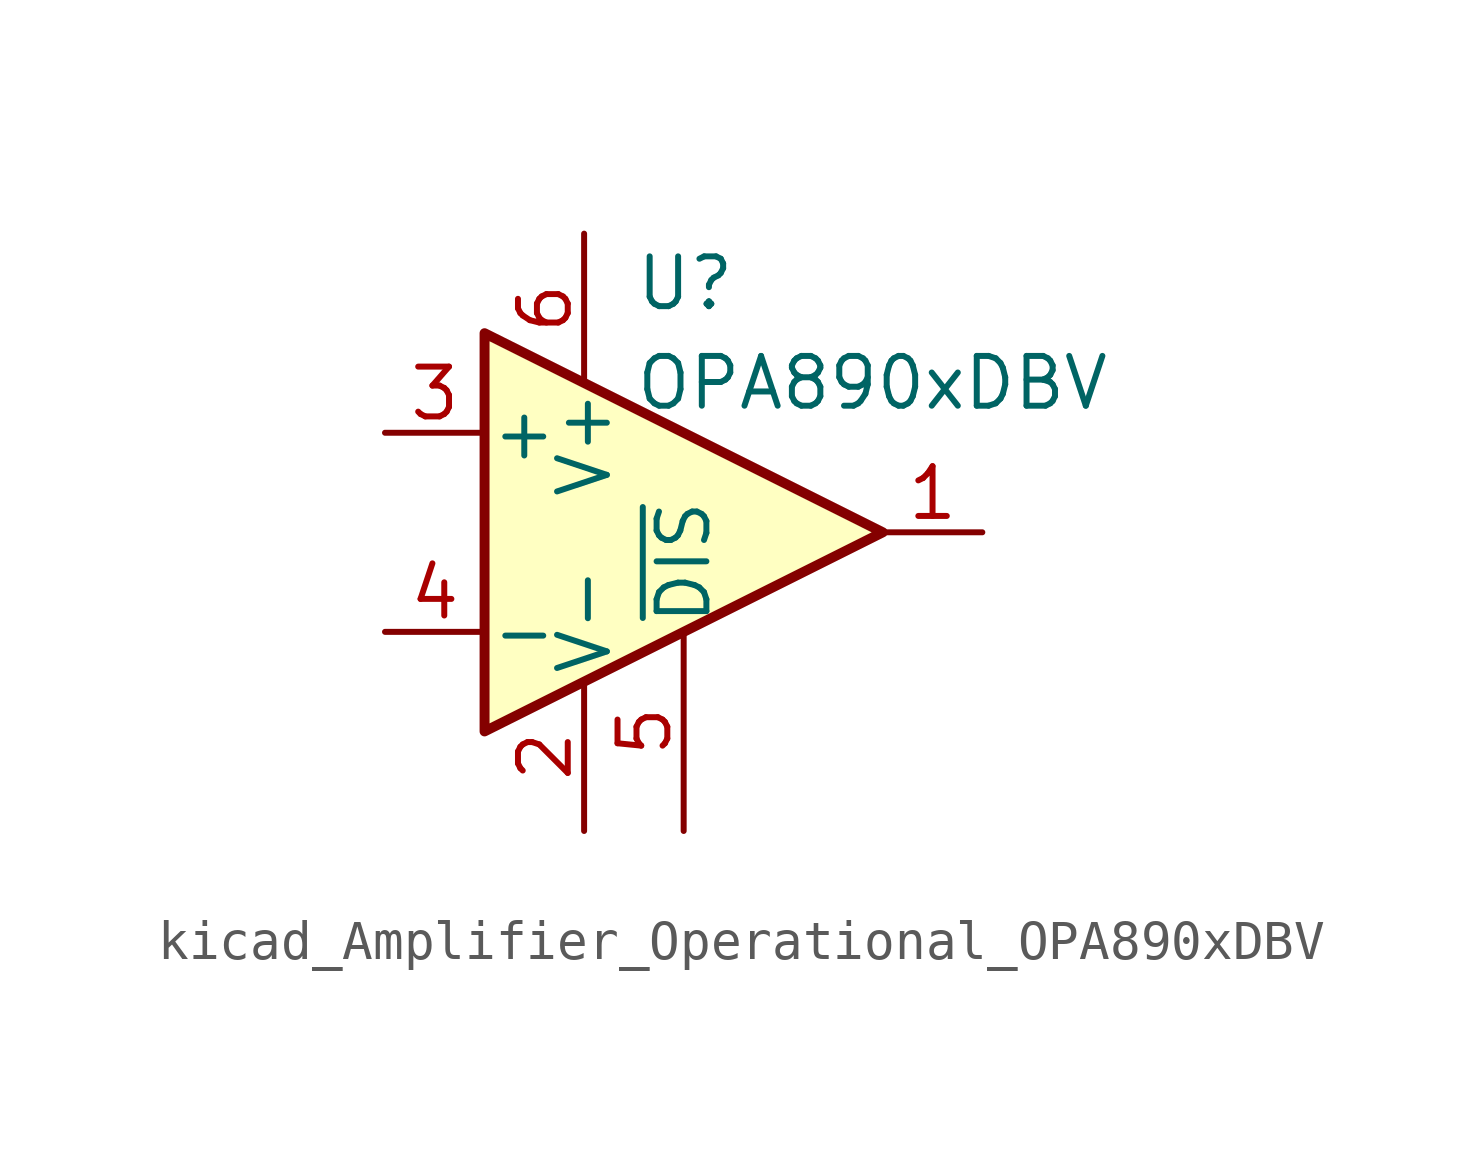
<source format=kicad_sym>
(kicad_symbol_lib
  (version 20220914)
  (generator kicad_symbol_editor)
  (symbol "kicad_Amplifier_Operational_OPA890xDBV"
    (pin_names
      (offset 0.127))
    (property "Reference" "U"
      (at -1.27 6.35 0)
      (effects (font (size 1.27 1.27)) (justify left)))
    (property "Value" "OPA890xDBV"
      (at -1.27 3.81 0)
      (effects (font (size 1.27 1.27)) (justify left)))
    (symbol "kicad_Amplifier_Operational_OPA890xDBV_0_1"
      (polyline (pts (xy -5.08 5.08) (xy 5.08 0) (xy -5.08 -5.08) (xy -5.08 5.08)) (stroke (width 0.254) (type default)) (fill (type background)))
      (pin power_in line (at -2.54 -7.62 90) (length 3.81) (name "V-" (effects (font (size 1.27 1.27)))) (number "2" (effects (font (size 1.27 1.27)))))
      (pin power_in line (at -2.54 7.62 270) (length 3.81) (name "V+" (effects (font (size 1.27 1.27)))) (number "6" (effects (font (size 1.27 1.27))))))
    (symbol "kicad_Amplifier_Operational_OPA890xDBV_1_1"
      (pin output line (at 7.62 0 180) (length 2.54) (name "~" (effects (font (size 1.27 1.27)))) (number "1" (effects (font (size 1.27 1.27)))))
      (pin input line (at -7.62 2.54 0) (length 2.54) (name "+" (effects (font (size 1.27 1.27)))) (number "3" (effects (font (size 1.27 1.27)))))
      (pin input line (at -7.62 -2.54 0) (length 2.54) (name "-" (effects (font (size 1.27 1.27)))) (number "4" (effects (font (size 1.27 1.27)))))
      (pin input line (at 0 -7.62 90) (length 5.08) (name "~{DIS}" (effects (font (size 1.27 1.27)))) (number "5" (effects (font (size 1.27 1.27))))))))
</source>
